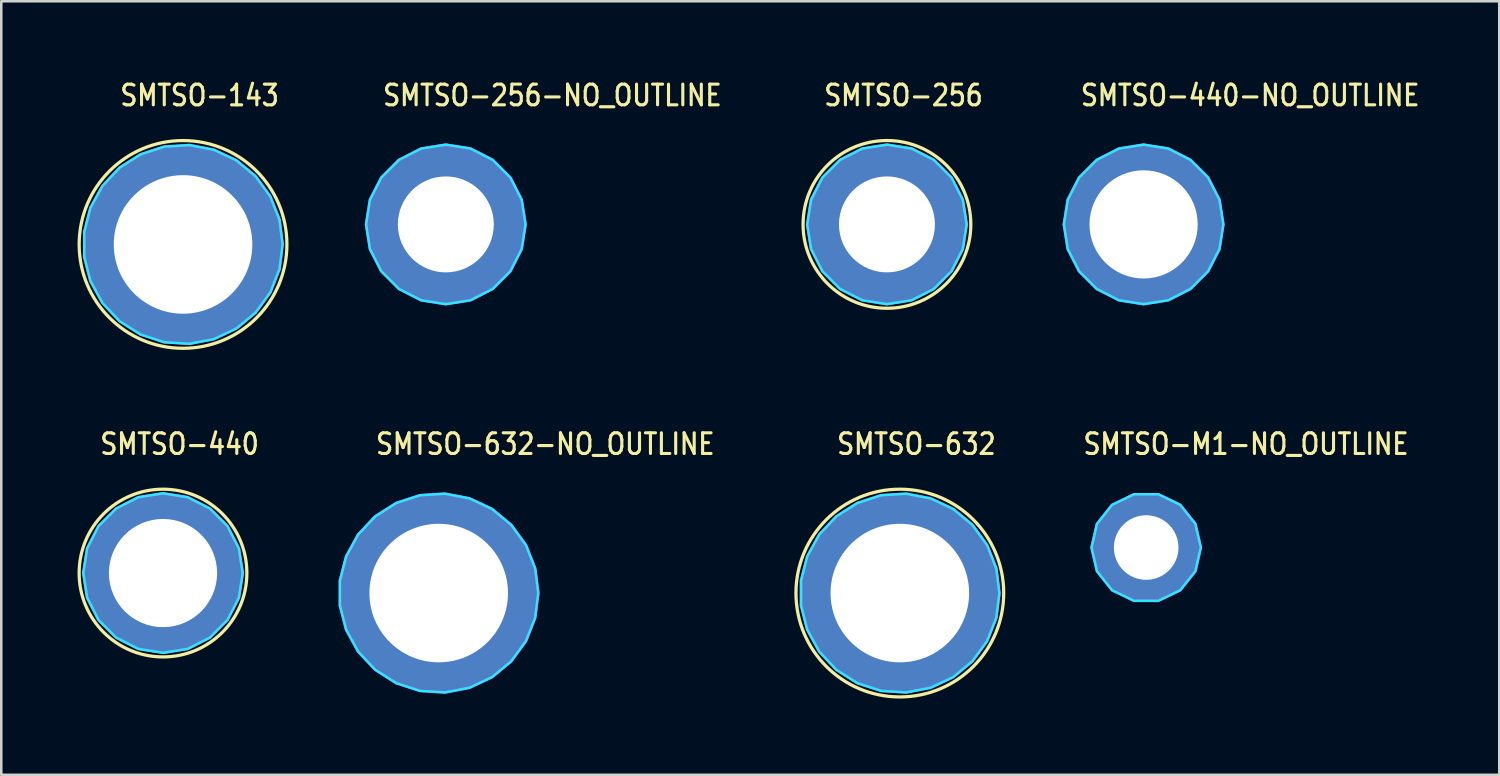
<source format=kicad_pcb>
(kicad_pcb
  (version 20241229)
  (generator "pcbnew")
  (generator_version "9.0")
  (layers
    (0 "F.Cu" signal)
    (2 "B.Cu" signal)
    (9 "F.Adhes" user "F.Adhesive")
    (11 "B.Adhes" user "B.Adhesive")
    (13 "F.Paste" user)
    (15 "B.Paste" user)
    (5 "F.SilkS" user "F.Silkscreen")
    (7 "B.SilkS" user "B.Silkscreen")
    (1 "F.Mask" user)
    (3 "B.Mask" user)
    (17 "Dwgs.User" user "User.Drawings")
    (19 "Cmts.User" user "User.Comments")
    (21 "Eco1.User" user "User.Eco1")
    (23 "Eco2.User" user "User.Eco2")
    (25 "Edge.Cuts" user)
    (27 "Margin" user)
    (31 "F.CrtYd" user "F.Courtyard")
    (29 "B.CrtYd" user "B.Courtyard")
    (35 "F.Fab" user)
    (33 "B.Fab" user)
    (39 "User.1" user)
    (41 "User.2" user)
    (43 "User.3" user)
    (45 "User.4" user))
  (footprint "SMTSO-440"
    (layer "F.Cu")
    (at 3.362 19.492)
    (property "Reference" "SMTSO-440" (at -2.54 -4.599 0) (unlocked yes) (layer "F.SilkS") (effects (font (size 0.813 0.695) (thickness 0.122)) (justify left bottom)))
    (fp_circle (center 0 0) (end 3.299 0) (stroke (width 0.127) (type solid)) (fill no) (layer "F.SilkS"))
    (fp_poly (pts (xy -2.974 -0.538) (xy 2.974 -0.538) (xy 2.138 -0.538) (xy -2.138 -0.538)) (stroke (width 0.076) (type solid)) (fill yes) (layer "F.Paste"))
    (fp_poly (pts (xy 2.974 0.538) (xy -2.974 0.538) (xy -2.138 0.538) (xy 2.138 0.538)) (stroke (width 0.076) (type solid)) (fill yes) (layer "F.Paste"))
    (fp_poly (pts (xy 3.137 0) (xy 2.984 -0.97) (xy 2.538 -1.844) (xy 1.844 -2.538) (xy 0.97 -2.984) (xy 0 -3.137) (xy -0.97 -2.984) (xy -1.844 -2.538) (xy -2.538 -1.844) (xy -2.984 -0.97) (xy -3.137 0) (xy -2.984 0.97) (xy -2.538 1.844) (xy -1.844 2.538) (xy -0.97 2.984) (xy 0 3.137) (xy 0.97 2.984) (xy 1.844 2.538) (xy 2.538 1.844) (xy 2.984 0.97)) (stroke (width 0.1) (type solid)) (fill no) (layer "B.CrtYd"))
    (fp_poly (pts (xy 3.137 0) (xy 2.984 -0.97) (xy 2.538 -1.844) (xy 1.844 -2.538) (xy 0.97 -2.984) (xy 0 -3.137) (xy -0.97 -2.984) (xy -1.844 -2.538) (xy -2.538 -1.844) (xy -2.984 -0.97) (xy -3.137 0) (xy -2.984 0.97) (xy -2.538 1.844) (xy -1.844 2.538) (xy -0.97 2.984) (xy 0 3.137) (xy 0.97 2.984) (xy 1.844 2.538) (xy 2.538 1.844) (xy 2.984 0.97)) (stroke (width 0.1) (type solid)) (fill no) (layer "F.CrtYd"))
    (pad "1" thru_hole oval (at 0 0) (size 6.198 6.198) (drill 4.256) (layers "*.Cu" "*.Mask")))
  (footprint "SMTSO-M1-NO_OUTLINE"
    (layer "F.Cu")
    (at 42.036 18.488)
    (property "Reference" "SMTSO-M1-NO_OUTLINE" (at -2.54 -3.595 0) (unlocked yes) (layer "F.SilkS") (effects (font (size 0.813 0.695) (thickness 0.122)) (justify left bottom)))
    (fp_poly (pts (xy -1.946 -0.538) (xy 1.946 -0.538) (xy 1.234 -0.538) (xy -1.234 -0.538)) (stroke (width 0.076) (type solid)) (fill yes) (layer "F.Paste"))
    (fp_poly (pts (xy 1.946 0.538) (xy -1.946 0.538) (xy -1.234 0.538) (xy 1.234 0.538)) (stroke (width 0.076) (type solid)) (fill yes) (layer "F.Paste"))
    (fp_poly (pts (xy 2.149 0) (xy 1.936 -0.932) (xy 1.34 -1.68) (xy 0.478 -2.095) (xy -0.478 -2.095) (xy -1.34 -1.68) (xy -1.936 -0.932) (xy -2.149 0) (xy -1.936 0.932) (xy -1.34 1.68) (xy -0.478 2.095) (xy 0.478 2.095) (xy 1.34 1.68) (xy 1.936 0.932)) (stroke (width 0.1) (type solid)) (fill no) (layer "B.CrtYd"))
    (fp_poly (pts (xy 2.149 0) (xy 1.936 -0.932) (xy 1.34 -1.68) (xy 0.478 -2.095) (xy -0.478 -2.095) (xy -1.34 -1.68) (xy -1.936 -0.932) (xy -2.149 0) (xy -1.936 0.932) (xy -1.34 1.68) (xy -0.478 2.095) (xy 0.478 2.095) (xy 1.34 1.68) (xy 1.936 0.932)) (stroke (width 0.1) (type solid)) (fill no) (layer "F.CrtYd"))
    (pad "1" thru_hole oval (at 0 0) (size 4.19 4.19) (drill 2.54) (layers "*.Cu" "*.Mask")))
  (footprint "SMTSO-256-NO_OUTLINE"
    (layer "F.Cu")
    (at 14.487 5.777)
    (property "Reference" "SMTSO-256-NO_OUTLINE" (at -2.54 -4.599 0) (unlocked yes) (layer "F.SilkS") (effects (font (size 0.813 0.695) (thickness 0.122)) (justify left bottom)))
    (fp_poly (pts (xy -2.974 -0.538) (xy 2.974 -0.538) (xy 1.888 -0.538) (xy -1.888 -0.538)) (stroke (width 0.076) (type solid)) (fill yes) (layer "F.Paste"))
    (fp_poly (pts (xy 2.974 0.538) (xy -2.974 0.538) (xy -1.888 0.538) (xy 1.888 0.538)) (stroke (width 0.076) (type solid)) (fill yes) (layer "F.Paste"))
    (fp_poly (pts (xy 3.137 0) (xy 2.984 -0.97) (xy 2.538 -1.844) (xy 1.844 -2.538) (xy 0.97 -2.984) (xy 0 -3.137) (xy -0.97 -2.984) (xy -1.844 -2.538) (xy -2.538 -1.844) (xy -2.984 -0.97) (xy -3.137 0) (xy -2.984 0.97) (xy -2.538 1.844) (xy -1.844 2.538) (xy -0.97 2.984) (xy 0 3.137) (xy 0.97 2.984) (xy 1.844 2.538) (xy 2.538 1.844) (xy 2.984 0.97)) (stroke (width 0.1) (type solid)) (fill no) (layer "B.CrtYd"))
    (fp_poly (pts (xy 3.137 0) (xy 2.984 -0.97) (xy 2.538 -1.844) (xy 1.844 -2.538) (xy 0.97 -2.984) (xy 0 -3.137) (xy -0.97 -2.984) (xy -1.844 -2.538) (xy -2.538 -1.844) (xy -2.984 -0.97) (xy -3.137 0) (xy -2.984 0.97) (xy -2.538 1.844) (xy -1.844 2.538) (xy -0.97 2.984) (xy 0 3.137) (xy 0.97 2.984) (xy 1.844 2.538) (xy 2.538 1.844) (xy 2.984 0.97)) (stroke (width 0.1) (type solid)) (fill no) (layer "F.CrtYd"))
    (pad "1" thru_hole oval (at 0 0) (size 6.198 6.198) (drill 3.774) (layers "*.Cu" "*.Mask")))
  (footprint "SMTSO-440-NO_OUTLINE"
    (layer "F.Cu")
    (at 41.935 5.777)
    (property "Reference" "SMTSO-440-NO_OUTLINE" (at -2.54 -4.599 0) (unlocked yes) (layer "F.SilkS") (effects (font (size 0.813 0.695) (thickness 0.122)) (justify left bottom)))
    (fp_poly (pts (xy -2.974 -0.538) (xy 2.974 -0.538) (xy 2.138 -0.538) (xy -2.138 -0.538)) (stroke (width 0.076) (type solid)) (fill yes) (layer "F.Paste"))
    (fp_poly (pts (xy 2.974 0.538) (xy -2.974 0.538) (xy -2.138 0.538) (xy 2.138 0.538)) (stroke (width 0.076) (type solid)) (fill yes) (layer "F.Paste"))
    (fp_poly (pts (xy 3.137 0) (xy 2.984 -0.97) (xy 2.538 -1.844) (xy 1.844 -2.538) (xy 0.97 -2.984) (xy 0 -3.137) (xy -0.97 -2.984) (xy -1.844 -2.538) (xy -2.538 -1.844) (xy -2.984 -0.97) (xy -3.137 0) (xy -2.984 0.97) (xy -2.538 1.844) (xy -1.844 2.538) (xy -0.97 2.984) (xy 0 3.137) (xy 0.97 2.984) (xy 1.844 2.538) (xy 2.538 1.844) (xy 2.984 0.97)) (stroke (width 0.1) (type solid)) (fill no) (layer "B.CrtYd"))
    (fp_poly (pts (xy 3.137 0) (xy 2.984 -0.97) (xy 2.538 -1.844) (xy 1.844 -2.538) (xy 0.97 -2.984) (xy 0 -3.137) (xy -0.97 -2.984) (xy -1.844 -2.538) (xy -2.538 -1.844) (xy -2.984 -0.97) (xy -3.137 0) (xy -2.984 0.97) (xy -2.538 1.844) (xy -1.844 2.538) (xy -0.97 2.984) (xy 0 3.137) (xy 0.97 2.984) (xy 1.844 2.538) (xy 2.538 1.844) (xy 2.984 0.97)) (stroke (width 0.1) (type solid)) (fill no) (layer "F.CrtYd"))
    (pad "1" thru_hole oval (at 0 0) (size 6.198 6.198) (drill 4.256) (layers "*.Cu" "*.Mask")))
  (footprint "SMTSO-632-NO_OUTLINE"
    (layer "F.Cu")
    (at 14.207 20.279)
    (property "Reference" "SMTSO-632-NO_OUTLINE" (at -2.54 -5.386 0) (unlocked yes) (layer "F.SilkS") (effects (font (size 0.813 0.695) (thickness 0.122)) (justify left bottom)))
    (fp_poly (pts (xy -3.772 -0.538) (xy 3.772 -0.538) (xy 2.749 -0.538) (xy -2.749 -0.538)) (stroke (width 0.076) (type solid)) (fill yes) (layer "F.Paste"))
    (fp_poly (pts (xy 3.772 0.538) (xy -3.772 0.538) (xy -2.749 0.538) (xy 2.749 0.538)) (stroke (width 0.076) (type solid)) (fill yes) (layer "F.Paste"))
    (fp_poly (pts (xy 3.917 0) (xy 3.794 -0.974) (xy 3.433 -1.887) (xy 2.855 -2.681) (xy 2.099 -3.307) (xy 1.21 -3.725) (xy 0.246 -3.909) (xy -0.734 -3.848) (xy -1.668 -3.544) (xy -2.497 -3.018) (xy -3.169 -2.302) (xy -3.642 -1.442) (xy -3.886 -0.491) (xy -3.886 0.491) (xy -3.642 1.442) (xy -3.169 2.302) (xy -2.497 3.018) (xy -1.668 3.544) (xy -0.734 3.848) (xy 0.246 3.909) (xy 1.21 3.725) (xy 2.099 3.307) (xy 2.855 2.681) (xy 3.433 1.887) (xy 3.794 0.974)) (stroke (width 0.1) (type solid)) (fill no) (layer "B.CrtYd"))
    (fp_poly (pts (xy 3.917 0) (xy 3.794 -0.974) (xy 3.433 -1.887) (xy 2.855 -2.681) (xy 2.099 -3.307) (xy 1.21 -3.725) (xy 0.246 -3.909) (xy -0.734 -3.848) (xy -1.668 -3.544) (xy -2.497 -3.018) (xy -3.169 -2.302) (xy -3.642 -1.442) (xy -3.886 -0.491) (xy -3.886 0.491) (xy -3.642 1.442) (xy -3.169 2.302) (xy -2.497 3.018) (xy -1.668 3.544) (xy -0.734 3.848) (xy 0.246 3.909) (xy 1.21 3.725) (xy 2.099 3.307) (xy 2.855 2.681) (xy 3.433 1.887) (xy 3.794 0.974)) (stroke (width 0.1) (type solid)) (fill no) (layer "F.CrtYd"))
    (pad "1" thru_hole oval (at 0 0) (size 7.772 7.772) (drill 5.45) (layers "*.Cu" "*.Mask")))
  (footprint "SMTSO-632"
    (layer "F.Cu")
    (at 32.346 20.279)
    (property "Reference" "SMTSO-632" (at -2.54 -5.386 0) (unlocked yes) (layer "F.SilkS") (effects (font (size 0.813 0.695) (thickness 0.122)) (justify left bottom)))
    (fp_circle (center 0 0) (end 4.086 0) (stroke (width 0.127) (type solid)) (fill no) (layer "F.SilkS"))
    (fp_poly (pts (xy -3.772 -0.538) (xy -0.538 -3.772) (xy -0.538 -2.749) (xy -2.749 -0.538)) (stroke (width 0.076) (type solid)) (fill yes) (layer "F.Paste"))
    (fp_poly (pts (xy -0.538 3.772) (xy -3.772 0.538) (xy -2.749 0.538) (xy -0.538 2.749)) (stroke (width 0.076) (type solid)) (fill yes) (layer "F.Paste"))
    (fp_poly (pts (xy 0.538 -3.772) (xy 3.772 -0.538) (xy 2.749 -0.538) (xy 0.538 -2.749)) (stroke (width 0.076) (type solid)) (fill yes) (layer "F.Paste"))
    (fp_poly (pts (xy 3.772 0.538) (xy 0.538 3.772) (xy 0.538 2.749) (xy 2.749 0.538)) (stroke (width 0.076) (type solid)) (fill yes) (layer "F.Paste"))
    (fp_poly (pts (xy 3.917 0) (xy 3.794 -0.974) (xy 3.433 -1.887) (xy 2.855 -2.681) (xy 2.099 -3.307) (xy 1.21 -3.725) (xy 0.246 -3.909) (xy -0.734 -3.848) (xy -1.668 -3.544) (xy -2.497 -3.018) (xy -3.169 -2.302) (xy -3.642 -1.442) (xy -3.886 -0.491) (xy -3.886 0.491) (xy -3.642 1.442) (xy -3.169 2.302) (xy -2.497 3.018) (xy -1.668 3.544) (xy -0.734 3.848) (xy 0.246 3.909) (xy 1.21 3.725) (xy 2.099 3.307) (xy 2.855 2.681) (xy 3.433 1.887) (xy 3.794 0.974)) (stroke (width 0.1) (type solid)) (fill no) (layer "B.CrtYd"))
    (fp_poly (pts (xy 3.917 0) (xy 3.794 -0.974) (xy 3.433 -1.887) (xy 2.855 -2.681) (xy 2.099 -3.307) (xy 1.21 -3.725) (xy 0.246 -3.909) (xy -0.734 -3.848) (xy -1.668 -3.544) (xy -2.497 -3.018) (xy -3.169 -2.302) (xy -3.642 -1.442) (xy -3.886 -0.491) (xy -3.886 0.491) (xy -3.642 1.442) (xy -3.169 2.302) (xy -2.497 3.018) (xy -1.668 3.544) (xy -0.734 3.848) (xy 0.246 3.909) (xy 1.21 3.725) (xy 2.099 3.307) (xy 2.855 2.681) (xy 3.433 1.887) (xy 3.794 0.974)) (stroke (width 0.1) (type solid)) (fill no) (layer "F.CrtYd"))
    (pad "1" thru_hole oval (at 0 0) (size 7.772 7.772) (drill 5.45) (layers "*.Cu" "*.Mask")))
  (footprint "SMTSO-143"
    (layer "F.Cu")
    (at 4.15 6.565)
    (property "Reference" "SMTSO-143" (at -2.54 -5.386 0) (unlocked yes) (layer "F.SilkS") (effects (font (size 0.813 0.695) (thickness 0.122)) (justify left bottom)))
    (fp_circle (center 0 0) (end 4.086 0) (stroke (width 0.127) (type solid)) (fill no) (layer "F.SilkS"))
    (fp_poly (pts (xy -3.772 -0.538) (xy -0.538 -3.772) (xy -0.538 -2.749) (xy -2.749 -0.538)) (stroke (width 0.076) (type solid)) (fill yes) (layer "F.Paste"))
    (fp_poly (pts (xy -0.538 3.772) (xy -3.772 0.538) (xy -2.749 0.538) (xy -0.538 2.749)) (stroke (width 0.076) (type solid)) (fill yes) (layer "F.Paste"))
    (fp_poly (pts (xy 0.538 -3.772) (xy 3.772 -0.538) (xy 2.749 -0.538) (xy 0.538 -2.749)) (stroke (width 0.076) (type solid)) (fill yes) (layer "F.Paste"))
    (fp_poly (pts (xy 3.772 0.538) (xy 0.538 3.772) (xy 0.538 2.749) (xy 2.749 0.538)) (stroke (width 0.076) (type solid)) (fill yes) (layer "F.Paste"))
    (fp_poly (pts (xy 3.917 0) (xy 3.794 -0.974) (xy 3.433 -1.887) (xy 2.855 -2.681) (xy 2.099 -3.307) (xy 1.21 -3.725) (xy 0.246 -3.909) (xy -0.734 -3.848) (xy -1.668 -3.544) (xy -2.497 -3.018) (xy -3.169 -2.302) (xy -3.642 -1.442) (xy -3.886 -0.491) (xy -3.886 0.491) (xy -3.642 1.442) (xy -3.169 2.302) (xy -2.497 3.018) (xy -1.668 3.544) (xy -0.734 3.848) (xy 0.246 3.909) (xy 1.21 3.725) (xy 2.099 3.307) (xy 2.855 2.681) (xy 3.433 1.887) (xy 3.794 0.974)) (stroke (width 0.1) (type solid)) (fill no) (layer "B.CrtYd"))
    (fp_poly (pts (xy 3.917 0) (xy 3.794 -0.974) (xy 3.433 -1.887) (xy 2.855 -2.681) (xy 2.099 -3.307) (xy 1.21 -3.725) (xy 0.246 -3.909) (xy -0.734 -3.848) (xy -1.668 -3.544) (xy -2.497 -3.018) (xy -3.169 -2.302) (xy -3.642 -1.442) (xy -3.886 -0.491) (xy -3.886 0.491) (xy -3.642 1.442) (xy -3.169 2.302) (xy -2.497 3.018) (xy -1.668 3.544) (xy -0.734 3.848) (xy 0.246 3.909) (xy 1.21 3.725) (xy 2.099 3.307) (xy 2.855 2.681) (xy 3.433 1.887) (xy 3.794 0.974)) (stroke (width 0.1) (type solid)) (fill no) (layer "F.CrtYd"))
    (pad "1" thru_hole oval (at 0 0) (size 7.772 7.772) (drill 5.45) (layers "*.Cu" "*.Mask")))
  (footprint "SMTSO-256"
    (layer "F.Cu")
    (at 31.839 5.777)
    (property "Reference" "SMTSO-256" (at -2.54 -4.599 0) (unlocked yes) (layer "F.SilkS") (effects (font (size 0.813 0.695) (thickness 0.122)) (justify left bottom)))
    (fp_circle (center 0 0) (end 3.299 0) (stroke (width 0.127) (type solid)) (fill no) (layer "F.SilkS"))
    (fp_poly (pts (xy -2.974 -0.538) (xy 2.974 -0.538) (xy 1.888 -0.538) (xy -1.888 -0.538)) (stroke (width 0.076) (type solid)) (fill yes) (layer "F.Paste"))
    (fp_poly (pts (xy 2.974 0.538) (xy -2.974 0.538) (xy -1.888 0.538) (xy 1.888 0.538)) (stroke (width 0.076) (type solid)) (fill yes) (layer "F.Paste"))
    (fp_poly (pts (xy 3.137 0) (xy 2.984 -0.97) (xy 2.538 -1.844) (xy 1.844 -2.538) (xy 0.97 -2.984) (xy 0 -3.137) (xy -0.97 -2.984) (xy -1.844 -2.538) (xy -2.538 -1.844) (xy -2.984 -0.97) (xy -3.137 0) (xy -2.984 0.97) (xy -2.538 1.844) (xy -1.844 2.538) (xy -0.97 2.984) (xy 0 3.137) (xy 0.97 2.984) (xy 1.844 2.538) (xy 2.538 1.844) (xy 2.984 0.97)) (stroke (width 0.1) (type solid)) (fill no) (layer "B.CrtYd"))
    (fp_poly (pts (xy 3.137 0) (xy 2.984 -0.97) (xy 2.538 -1.844) (xy 1.844 -2.538) (xy 0.97 -2.984) (xy 0 -3.137) (xy -0.97 -2.984) (xy -1.844 -2.538) (xy -2.538 -1.844) (xy -2.984 -0.97) (xy -3.137 0) (xy -2.984 0.97) (xy -2.538 1.844) (xy -1.844 2.538) (xy -0.97 2.984) (xy 0 3.137) (xy 0.97 2.984) (xy 1.844 2.538) (xy 2.538 1.844) (xy 2.984 0.97)) (stroke (width 0.1) (type solid)) (fill no) (layer "F.CrtYd"))
    (pad "P$1" thru_hole oval (at 0 0) (size 6.198 6.198) (drill 3.774) (layers "*.Cu" "*.Mask")))
  (gr_rect
    (start -3 -3)
    (end 55.925 27.429)
    (stroke (width 0.1) (type default))
    (fill no)
    (layer "Edge.Cuts")))
</source>
